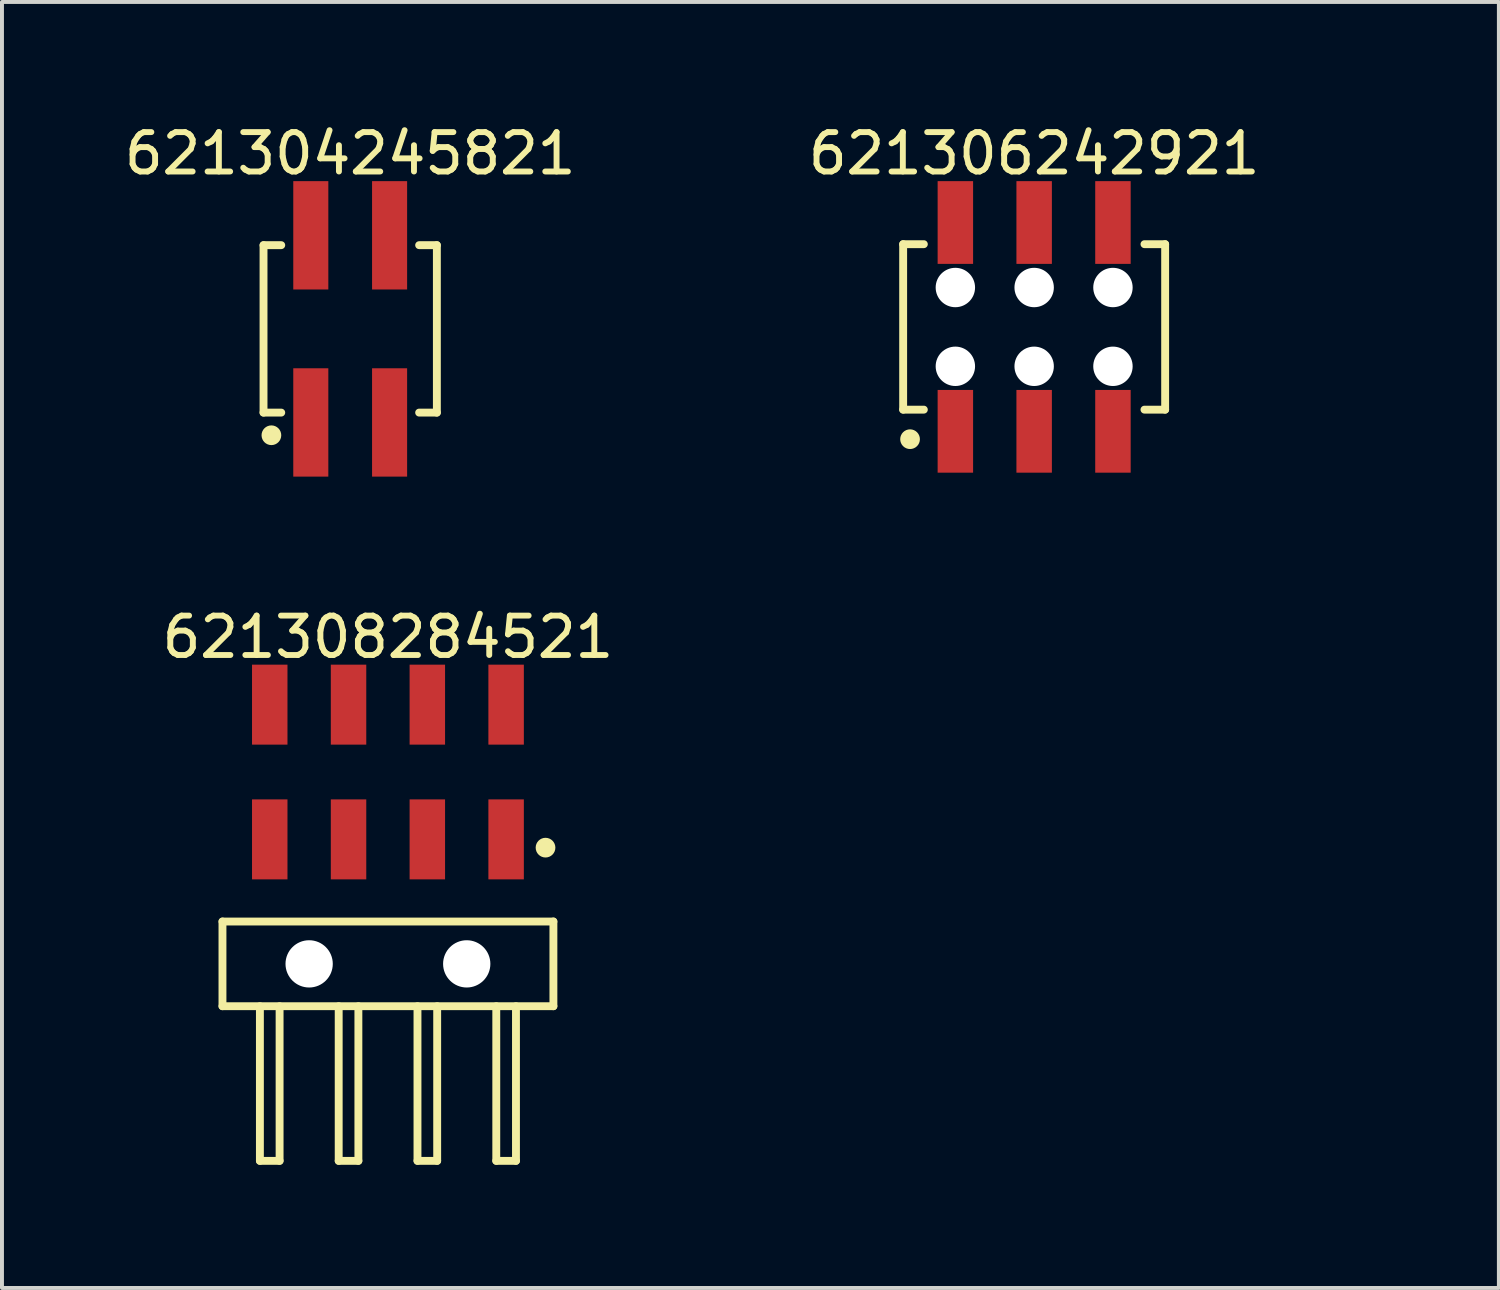
<source format=kicad_pcb>
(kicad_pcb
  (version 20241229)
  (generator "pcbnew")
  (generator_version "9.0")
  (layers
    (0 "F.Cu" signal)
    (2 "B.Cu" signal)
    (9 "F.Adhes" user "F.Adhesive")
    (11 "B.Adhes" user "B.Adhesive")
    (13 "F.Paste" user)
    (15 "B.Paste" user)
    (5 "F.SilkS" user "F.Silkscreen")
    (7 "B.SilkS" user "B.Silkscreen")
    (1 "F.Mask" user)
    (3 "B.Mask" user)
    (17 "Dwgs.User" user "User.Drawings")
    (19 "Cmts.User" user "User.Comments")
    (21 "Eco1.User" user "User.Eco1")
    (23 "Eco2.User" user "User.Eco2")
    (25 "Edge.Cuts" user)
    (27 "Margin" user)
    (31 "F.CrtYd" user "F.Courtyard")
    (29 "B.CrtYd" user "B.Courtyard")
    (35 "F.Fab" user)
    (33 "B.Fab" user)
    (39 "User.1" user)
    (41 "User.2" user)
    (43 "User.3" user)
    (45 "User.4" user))
  (footprint "621308284521"
    (layer "F.Cu")
    (at 6.797 21.416)
    (property "Reference" "621308284521" (at 0 -8.295 0) (layer "F.SilkS") (effects (font (size 1 1) (thickness 0.15))))
    (fp_line (start -4.2 -1.075) (end 4.2 -1.075) (stroke (width 0.2) (type solid)) (layer "F.SilkS"))
    (fp_line (start -4.2 1.075) (end -4.2 -1.075) (stroke (width 0.2) (type solid)) (layer "F.SilkS"))
    (fp_line (start -4.2 1.075) (end 4.2 1.075) (stroke (width 0.2) (type solid)) (layer "F.SilkS"))
    (fp_line (start -3.25 5) (end -3.25 1.075) (stroke (width 0.2) (type solid)) (layer "F.SilkS"))
    (fp_line (start -3.25 5) (end -2.75 5) (stroke (width 0.2) (type solid)) (layer "F.SilkS"))
    (fp_line (start -2.75 5) (end -2.75 1.075) (stroke (width 0.2) (type solid)) (layer "F.SilkS"))
    (fp_line (start -1.25 5) (end -1.25 1.075) (stroke (width 0.2) (type solid)) (layer "F.SilkS"))
    (fp_line (start -1.25 5) (end -0.75 5) (stroke (width 0.2) (type solid)) (layer "F.SilkS"))
    (fp_line (start -0.75 5) (end -0.75 1.075) (stroke (width 0.2) (type solid)) (layer "F.SilkS"))
    (fp_line (start 0.75 5) (end 0.75 1.075) (stroke (width 0.2) (type solid)) (layer "F.SilkS"))
    (fp_line (start 0.75 5) (end 1.25 5) (stroke (width 0.2) (type solid)) (layer "F.SilkS"))
    (fp_line (start 1.25 5) (end 1.25 1.075) (stroke (width 0.2) (type solid)) (layer "F.SilkS"))
    (fp_line (start 2.75 5) (end 2.75 1.075) (stroke (width 0.2) (type solid)) (layer "F.SilkS"))
    (fp_line (start 2.75 5) (end 3.25 5) (stroke (width 0.2) (type solid)) (layer "F.SilkS"))
    (fp_line (start 3.25 5) (end 3.25 1.075) (stroke (width 0.2) (type solid)) (layer "F.SilkS"))
    (fp_line (start 4.2 1.075) (end 4.2 -1.075) (stroke (width 0.2) (type solid)) (layer "F.SilkS"))
    (fp_circle (center 4 -2.95) (end 4 -3.075) (stroke (width 0.25) (type solid)) (fill no) (layer "F.SilkS"))
    (fp_line (start -4.4 -7.795) (end 4.4 -7.795) (stroke (width 0.05) (type solid)) (layer "Eco2.User"))
    (fp_line (start -4.4 5.2) (end -4.4 -7.795) (stroke (width 0.05) (type solid)) (layer "Eco2.User"))
    (fp_line (start -4.4 5.2) (end 4.4 5.2) (stroke (width 0.05) (type solid)) (layer "Eco2.User"))
    (fp_line (start -4 -1) (end 4 -1) (stroke (width 0.1) (type solid)) (layer "Eco2.User"))
    (fp_line (start -4 1) (end -4 -1) (stroke (width 0.1) (type solid)) (layer "Eco2.User"))
    (fp_line (start -4 1) (end 4 1) (stroke (width 0.1) (type solid)) (layer "Eco2.User"))
    (fp_line (start -3.25 -7.22) (end -2.75 -7.22) (stroke (width 0.1) (type solid)) (layer "Eco2.User"))
    (fp_line (start -3.25 -3.8) (end -2.75 -3.8) (stroke (width 0.1) (type solid)) (layer "Eco2.User"))
    (fp_line (start -3.25 -1) (end -3.25 -7.22) (stroke (width 0.1) (type solid)) (layer "Eco2.User"))
    (fp_line (start -3.25 5) (end -3.25 1) (stroke (width 0.1) (type solid)) (layer "Eco2.User"))
    (fp_line (start -3.25 5) (end -2.75 5) (stroke (width 0.1) (type solid)) (layer "Eco2.User"))
    (fp_line (start -2.75 -1) (end -2.75 -7.22) (stroke (width 0.1) (type solid)) (layer "Eco2.User"))
    (fp_line (start -2.75 5) (end -2.75 1) (stroke (width 0.1) (type solid)) (layer "Eco2.User"))
    (fp_line (start -1.25 -7.22) (end -0.75 -7.22) (stroke (width 0.1) (type solid)) (layer "Eco2.User"))
    (fp_line (start -1.25 -3.8) (end -0.75 -3.8) (stroke (width 0.1) (type solid)) (layer "Eco2.User"))
    (fp_line (start -1.25 -1) (end -1.25 -7.22) (stroke (width 0.1) (type solid)) (layer "Eco2.User"))
    (fp_line (start -1.25 5) (end -1.25 1) (stroke (width 0.1) (type solid)) (layer "Eco2.User"))
    (fp_line (start -1.25 5) (end -0.75 5) (stroke (width 0.1) (type solid)) (layer "Eco2.User"))
    (fp_line (start -0.75 -1) (end -0.75 -7.22) (stroke (width 0.1) (type solid)) (layer "Eco2.User"))
    (fp_line (start -0.75 5) (end -0.75 1) (stroke (width 0.1) (type solid)) (layer "Eco2.User"))
    (fp_line (start -0.5 0) (end 0.5 0) (stroke (width 0.05) (type solid)) (layer "Eco2.User"))
    (fp_line (start 0 0.5) (end 0 -0.5) (stroke (width 0.05) (type solid)) (layer "Eco2.User"))
    (fp_line (start 0.75 -7.22) (end 1.25 -7.22) (stroke (width 0.1) (type solid)) (layer "Eco2.User"))
    (fp_line (start 0.75 -3.8) (end 1.25 -3.8) (stroke (width 0.1) (type solid)) (layer "Eco2.User"))
    (fp_line (start 0.75 -1) (end 0.75 -7.22) (stroke (width 0.1) (type solid)) (layer "Eco2.User"))
    (fp_line (start 0.75 5) (end 0.75 1) (stroke (width 0.1) (type solid)) (layer "Eco2.User"))
    (fp_line (start 0.75 5) (end 1.25 5) (stroke (width 0.1) (type solid)) (layer "Eco2.User"))
    (fp_line (start 1.25 -1) (end 1.25 -7.22) (stroke (width 0.1) (type solid)) (layer "Eco2.User"))
    (fp_line (start 1.25 5) (end 1.25 1) (stroke (width 0.1) (type solid)) (layer "Eco2.User"))
    (fp_line (start 2.75 5) (end 2.75 1) (stroke (width 0.1) (type solid)) (layer "Eco2.User"))
    (fp_line (start 2.75 5) (end 3.25 5) (stroke (width 0.1) (type solid)) (layer "Eco2.User"))
    (fp_line (start 2.75 -7.22) (end 3.25 -7.22) (stroke (width 0.1) (type solid)) (layer "Eco2.User"))
    (fp_line (start 2.75 -3.8) (end 3.25 -3.8) (stroke (width 0.1) (type solid)) (layer "Eco2.User"))
    (fp_line (start 2.75 -1) (end 2.75 -7.22) (stroke (width 0.1) (type solid)) (layer "Eco2.User"))
    (fp_line (start 3.25 -1) (end 3.25 -7.22) (stroke (width 0.1) (type solid)) (layer "Eco2.User"))
    (fp_line (start 3.25 5) (end 3.25 1) (stroke (width 0.1) (type solid)) (layer "Eco2.User"))
    (fp_line (start 4 1) (end 4 -1) (stroke (width 0.1) (type solid)) (layer "Eco2.User"))
    (fp_line (start 4.4 5.2) (end 4.4 -7.795) (stroke (width 0.05) (type solid)) (layer "Eco2.User"))
    (fp_text user "${REFERENCE}" (at 0.12 -0.158 0) (unlocked yes) (layer "User.3") (effects (font (size 1.2 1.2) (thickness 0.12))))
    (pad "" np_thru_hole circle (at -2 0 180) (size 1.2 1.2) (drill 1.2) (layers "*.Cu" "*.Mask"))
    (pad "" np_thru_hole circle (at 2 0) (size 1.2 1.2) (drill 1.2) (layers "*.Cu" "*.Mask"))
    (pad "1" smd rect (at 3 -3.16) (size 0.9 2.03) (layers "F.Cu" "F.Mask" "F.Paste"))
    (pad "2" smd rect (at 3 -6.58) (size 0.9 2.03) (layers "F.Cu" "F.Mask" "F.Paste"))
    (pad "3" smd rect (at 1 -3.16) (size 0.9 2.03) (layers "F.Cu" "F.Mask" "F.Paste"))
    (pad "4" smd rect (at 1 -6.58) (size 0.9 2.03) (layers "F.Cu" "F.Mask" "F.Paste"))
    (pad "5" smd rect (at -1 -3.16) (size 0.9 2.03) (layers "F.Cu" "F.Mask" "F.Paste"))
    (pad "6" smd rect (at -1 -6.58) (size 0.9 2.03) (layers "F.Cu" "F.Mask" "F.Paste"))
    (pad "7" smd rect (at -3 -3.16) (size 0.9 2.03) (layers "F.Cu" "F.Mask" "F.Paste"))
    (pad "8" smd rect (at -3 -6.58) (size 0.9 2.03) (layers "F.Cu" "F.Mask" "F.Paste")))
  (footprint "621304245821"
    (layer "F.Cu")
    (at 5.839 5.298)
    (property "Reference" "621304245821" (at 0 -4.45 0) (layer "F.SilkS") (effects (font (size 1 1) (thickness 0.15))))
    (fp_line (start -2.2 -2.125) (end -1.75 -2.125) (stroke (width 0.2) (type solid)) (layer "F.SilkS"))
    (fp_line (start -2.2 2.125) (end -2.2 -2.125) (stroke (width 0.2) (type solid)) (layer "F.SilkS"))
    (fp_line (start -2.2 2.125) (end -1.75 2.125) (stroke (width 0.2) (type solid)) (layer "F.SilkS"))
    (fp_line (start 1.75 -2.125) (end 2.2 -2.125) (stroke (width 0.2) (type solid)) (layer "F.SilkS"))
    (fp_line (start 1.75 2.125) (end 2.2 2.125) (stroke (width 0.2) (type solid)) (layer "F.SilkS"))
    (fp_line (start 2.2 2.125) (end 2.2 -2.125) (stroke (width 0.2) (type solid)) (layer "F.SilkS"))
    (fp_circle (center -2 2.7) (end -2 2.575) (stroke (width 0.25) (type solid)) (fill no) (layer "F.SilkS"))
    (fp_line (start -2.4 -3.95) (end 2.4 -3.95) (stroke (width 0.05) (type solid)) (layer "Eco2.User"))
    (fp_line (start -2.4 3.95) (end -2.4 -3.95) (stroke (width 0.05) (type solid)) (layer "Eco2.User"))
    (fp_line (start -2.4 3.95) (end 2.4 3.95) (stroke (width 0.05) (type solid)) (layer "Eco2.User"))
    (fp_line (start -2 -2) (end 2 -2) (stroke (width 0.1) (type solid)) (layer "Eco2.User"))
    (fp_line (start -2 2) (end -2 -2) (stroke (width 0.1) (type solid)) (layer "Eco2.User"))
    (fp_line (start -2 2) (end 2 2) (stroke (width 0.1) (type solid)) (layer "Eco2.User"))
    (fp_line (start -1.25 -3.1) (end -0.75 -3.1) (stroke (width 0.1) (type solid)) (layer "Eco2.User"))
    (fp_line (start -1.25 -2) (end -1.25 -3.1) (stroke (width 0.1) (type solid)) (layer "Eco2.User"))
    (fp_line (start -1.25 3.1) (end -1.25 2) (stroke (width 0.1) (type solid)) (layer "Eco2.User"))
    (fp_line (start -1.25 3.1) (end -0.75 3.1) (stroke (width 0.1) (type solid)) (layer "Eco2.User"))
    (fp_line (start -0.75 -2) (end -0.75 -3.1) (stroke (width 0.1) (type solid)) (layer "Eco2.User"))
    (fp_line (start -0.75 3.1) (end -0.75 2) (stroke (width 0.1) (type solid)) (layer "Eco2.User"))
    (fp_line (start -0.5 0) (end 0.5 0) (stroke (width 0.05) (type solid)) (layer "Eco2.User"))
    (fp_line (start 0 0.5) (end 0 -0.5) (stroke (width 0.05) (type solid)) (layer "Eco2.User"))
    (fp_line (start 0.75 -3.1) (end 1.25 -3.1) (stroke (width 0.1) (type solid)) (layer "Eco2.User"))
    (fp_line (start 0.75 -2) (end 0.75 -3.1) (stroke (width 0.1) (type solid)) (layer "Eco2.User"))
    (fp_line (start 0.75 3.1) (end 0.75 2) (stroke (width 0.1) (type solid)) (layer "Eco2.User"))
    (fp_line (start 0.75 3.1) (end 1.25 3.1) (stroke (width 0.1) (type solid)) (layer "Eco2.User"))
    (fp_line (start 1.25 -2) (end 1.25 -3.1) (stroke (width 0.1) (type solid)) (layer "Eco2.User"))
    (fp_line (start 1.25 3.1) (end 1.25 2) (stroke (width 0.1) (type solid)) (layer "Eco2.User"))
    (fp_line (start 2 2) (end 2 -2) (stroke (width 0.1) (type solid)) (layer "Eco2.User"))
    (fp_line (start 2.4 3.95) (end 2.4 -3.95) (stroke (width 0.05) (type solid)) (layer "Eco2.User"))
    (fp_text user "${REFERENCE}" (at 0.1 -0.131 0) (unlocked yes) (layer "User.3") (effects (font (size 1 1) (thickness 0.1))))
    (pad "1" smd rect (at -1 2.375) (size 0.89 2.75) (layers "F.Cu" "F.Mask" "F.Paste"))
    (pad "2" smd rect (at -1 -2.375) (size 0.89 2.75) (layers "F.Cu" "F.Mask" "F.Paste"))
    (pad "3" smd rect (at 1 2.375) (size 0.89 2.75) (layers "F.Cu" "F.Mask" "F.Paste"))
    (pad "4" smd rect (at 1 -2.375) (size 0.89 2.75) (layers "F.Cu" "F.Mask" "F.Paste")))
  (footprint "621306242921"
    (layer "F.Cu")
    (at 23.2 5.248)
    (property "Reference" "621306242921" (at 0 -4.4 0) (layer "F.SilkS") (effects (font (size 1 1) (thickness 0.15))))
    (fp_line (start -3.325 -2.1) (end -2.8 -2.1) (stroke (width 0.2) (type solid)) (layer "F.SilkS"))
    (fp_line (start -3.325 2.1) (end -3.325 -2.1) (stroke (width 0.2) (type solid)) (layer "F.SilkS"))
    (fp_line (start -3.325 2.1) (end -2.8 2.1) (stroke (width 0.2) (type solid)) (layer "F.SilkS"))
    (fp_line (start 2.8 -2.1) (end 3.325 -2.1) (stroke (width 0.2) (type solid)) (layer "F.SilkS"))
    (fp_line (start 2.8 2.1) (end 3.325 2.1) (stroke (width 0.2) (type solid)) (layer "F.SilkS"))
    (fp_line (start 3.325 2.1) (end 3.325 -2.1) (stroke (width 0.2) (type solid)) (layer "F.SilkS"))
    (fp_circle (center -3.15 2.85) (end -3.15 2.725) (stroke (width 0.25) (type solid)) (fill no) (layer "F.SilkS"))
    (fp_line (start -3.525 -3.9) (end 3.525 -3.9) (stroke (width 0.05) (type solid)) (layer "Eco2.User"))
    (fp_line (start -3.525 3.9) (end -3.525 -3.9) (stroke (width 0.05) (type solid)) (layer "Eco2.User"))
    (fp_line (start -3.525 3.9) (end 3.525 3.9) (stroke (width 0.05) (type solid)) (layer "Eco2.User"))
    (fp_line (start -3.2 -2) (end 3.2 -2) (stroke (width 0.1) (type solid)) (layer "Eco2.User"))
    (fp_line (start -3.2 2) (end -3.2 -2) (stroke (width 0.1) (type solid)) (layer "Eco2.User"))
    (fp_line (start -3.2 2) (end 3.2 2) (stroke (width 0.1) (type solid)) (layer "Eco2.User"))
    (fp_line (start -2.25 -3.1) (end -1.75 -3.1) (stroke (width 0.1) (type solid)) (layer "Eco2.User"))
    (fp_line (start -2.25 -2) (end -2.25 -3.1) (stroke (width 0.1) (type solid)) (layer "Eco2.User"))
    (fp_line (start -2.25 3.1) (end -2.25 2) (stroke (width 0.1) (type solid)) (layer "Eco2.User"))
    (fp_line (start -2.25 3.1) (end -1.75 3.1) (stroke (width 0.1) (type solid)) (layer "Eco2.User"))
    (fp_line (start -1.75 -2) (end -1.75 -3.1) (stroke (width 0.1) (type solid)) (layer "Eco2.User"))
    (fp_line (start -1.75 3.1) (end -1.75 2) (stroke (width 0.1) (type solid)) (layer "Eco2.User"))
    (fp_line (start -0.5 0) (end 0.5 0) (stroke (width 0.05) (type solid)) (layer "Eco2.User"))
    (fp_line (start -0.25 -3.1) (end 0.25 -3.1) (stroke (width 0.1) (type solid)) (layer "Eco2.User"))
    (fp_line (start -0.25 -2) (end -0.25 -3.1) (stroke (width 0.1) (type solid)) (layer "Eco2.User"))
    (fp_line (start -0.25 3.1) (end -0.25 2) (stroke (width 0.1) (type solid)) (layer "Eco2.User"))
    (fp_line (start -0.25 3.1) (end 0.25 3.1) (stroke (width 0.1) (type solid)) (layer "Eco2.User"))
    (fp_line (start 0 0.5) (end 0 -0.5) (stroke (width 0.05) (type solid)) (layer "Eco2.User"))
    (fp_line (start 0.25 -2) (end 0.25 -3.1) (stroke (width 0.1) (type solid)) (layer "Eco2.User"))
    (fp_line (start 0.25 3.1) (end 0.25 2) (stroke (width 0.1) (type solid)) (layer "Eco2.User"))
    (fp_line (start 1.75 -3.1) (end 2.25 -3.1) (stroke (width 0.1) (type solid)) (layer "Eco2.User"))
    (fp_line (start 1.75 -2) (end 1.75 -3.1) (stroke (width 0.1) (type solid)) (layer "Eco2.User"))
    (fp_line (start 1.75 3.1) (end 1.75 2) (stroke (width 0.1) (type solid)) (layer "Eco2.User"))
    (fp_line (start 1.75 3.1) (end 2.25 3.1) (stroke (width 0.1) (type solid)) (layer "Eco2.User"))
    (fp_line (start 2.25 -2) (end 2.25 -3.1) (stroke (width 0.1) (type solid)) (layer "Eco2.User"))
    (fp_line (start 2.25 3.1) (end 2.25 2) (stroke (width 0.1) (type solid)) (layer "Eco2.User"))
    (fp_line (start 3.2 2) (end 3.2 -2) (stroke (width 0.1) (type solid)) (layer "Eco2.User"))
    (fp_line (start 3.525 3.9) (end 3.525 -3.9) (stroke (width 0.05) (type solid)) (layer "Eco2.User"))
    (fp_text user "${REFERENCE}" (at 0.15 -0.197 0) (unlocked yes) (layer "User.3") (effects (font (size 1.5 1.5) (thickness 0.15))))
    (pad "" np_thru_hole circle (at -2 -1) (size 1 1) (drill 1) (layers "*.Cu" "*.Mask"))
    (pad "" np_thru_hole circle (at -2 1) (size 1 1) (drill 1) (layers "*.Cu" "*.Mask"))
    (pad "" np_thru_hole circle (at 0 -1) (size 1 1) (drill 1) (layers "*.Cu" "*.Mask"))
    (pad "" np_thru_hole circle (at 0 1) (size 1 1) (drill 1) (layers "*.Cu" "*.Mask"))
    (pad "" np_thru_hole circle (at 2 -1) (size 1 1) (drill 1) (layers "*.Cu" "*.Mask"))
    (pad "" np_thru_hole circle (at 2 1) (size 1 1) (drill 1) (layers "*.Cu" "*.Mask"))
    (pad "1" smd rect (at -2 2.65) (size 0.9 2.1) (layers "F.Cu" "F.Mask" "F.Paste"))
    (pad "2" smd rect (at -2 -2.65) (size 0.9 2.1) (layers "F.Cu" "F.Mask" "F.Paste"))
    (pad "3" smd rect (at 0 2.65) (size 0.9 2.1) (layers "F.Cu" "F.Mask" "F.Paste"))
    (pad "4" smd rect (at 0 -2.65) (size 0.9 2.1) (layers "F.Cu" "F.Mask" "F.Paste"))
    (pad "5" smd rect (at 2 2.65) (size 0.9 2.1) (layers "F.Cu" "F.Mask" "F.Paste"))
    (pad "6" smd rect (at 2 -2.65) (size 0.9 2.1) (layers "F.Cu" "F.Mask" "F.Paste")))
  (gr_rect
    (start -3 -3)
    (end 34.996 29.642)
    (stroke (width 0.1) (type default))
    (fill no)
    (layer "Edge.Cuts")))
</source>
